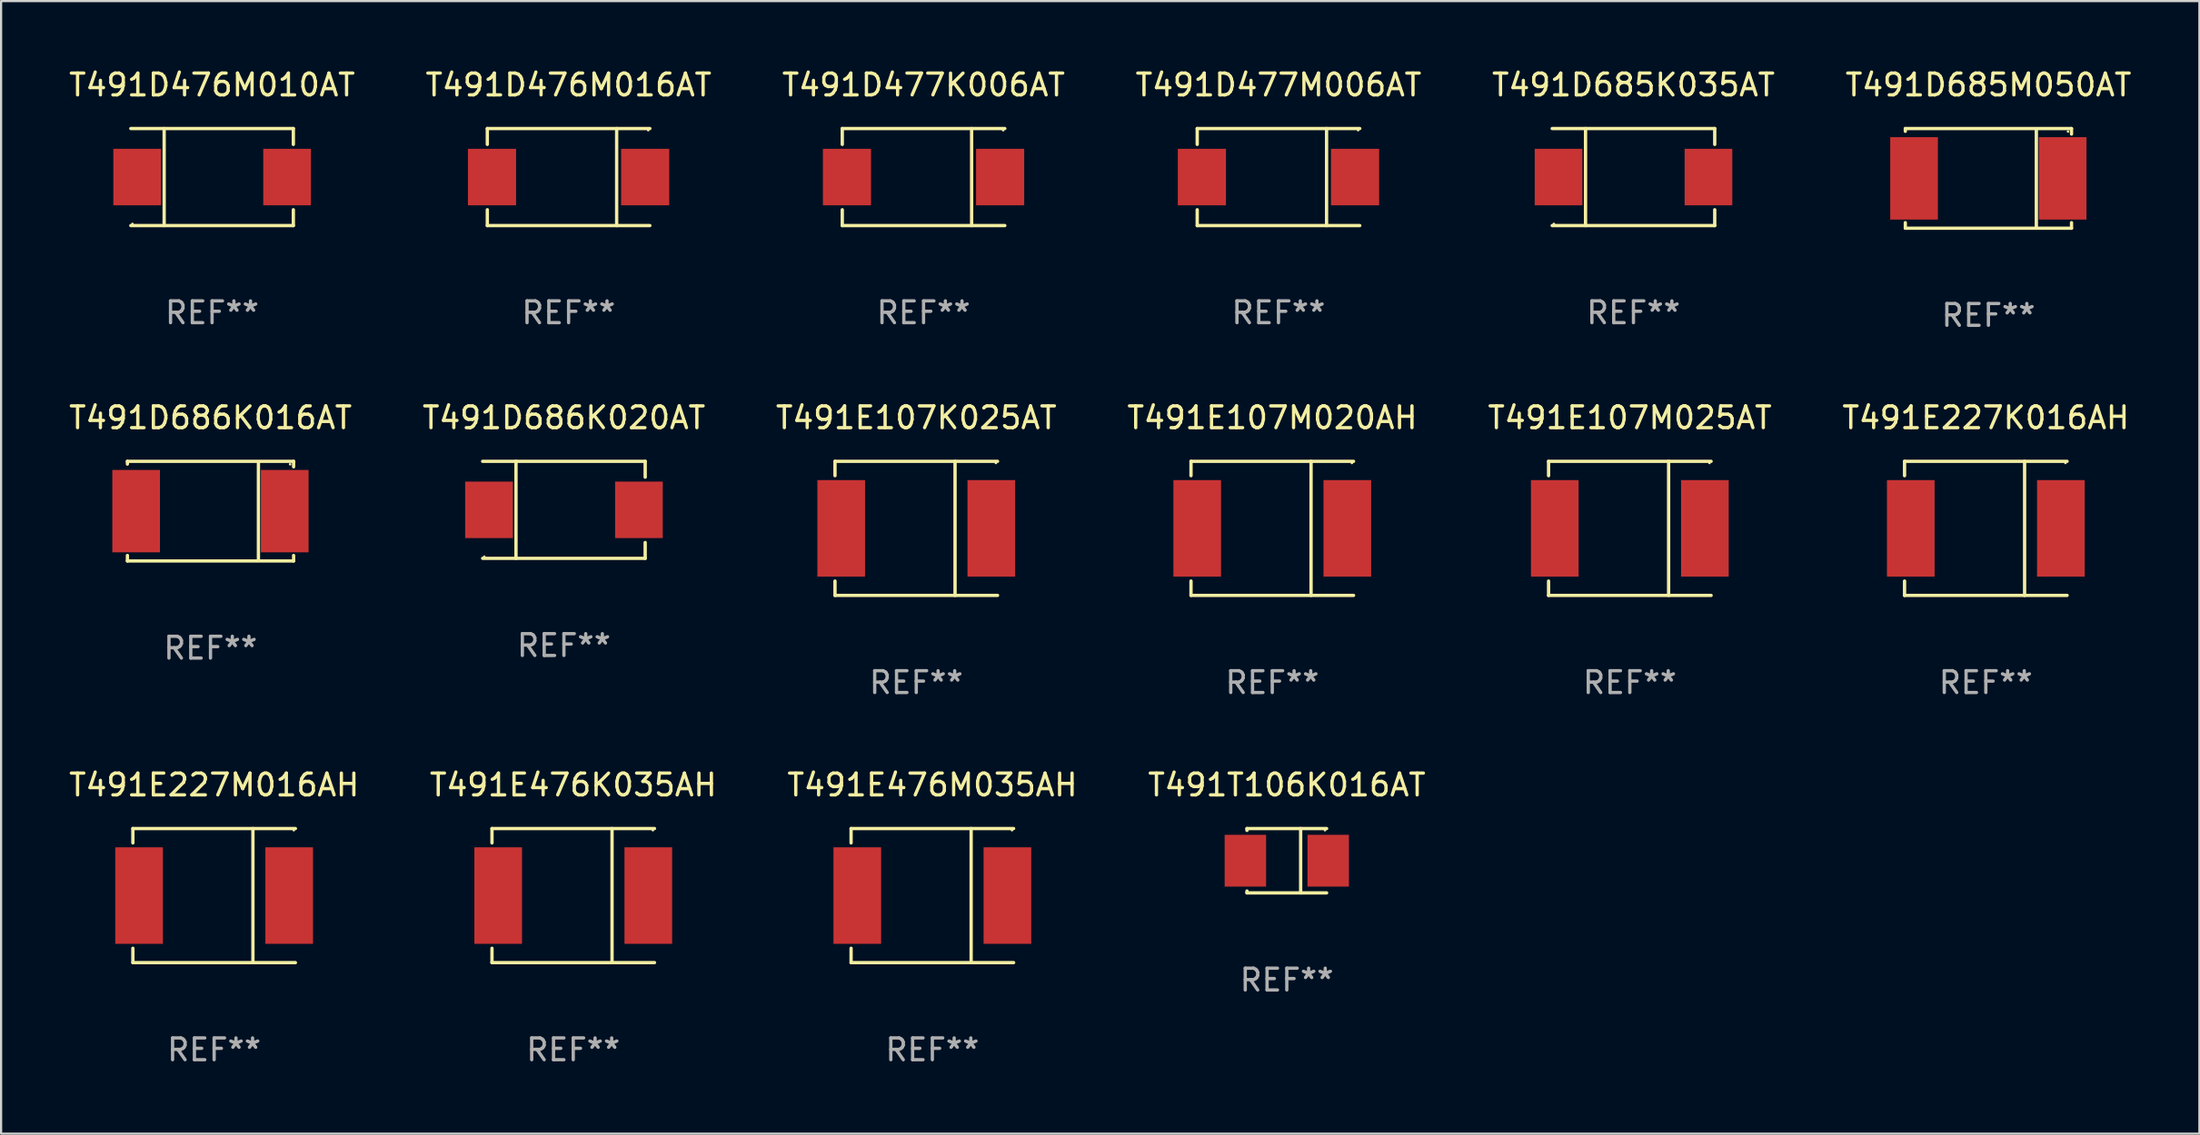
<source format=kicad_pcb>
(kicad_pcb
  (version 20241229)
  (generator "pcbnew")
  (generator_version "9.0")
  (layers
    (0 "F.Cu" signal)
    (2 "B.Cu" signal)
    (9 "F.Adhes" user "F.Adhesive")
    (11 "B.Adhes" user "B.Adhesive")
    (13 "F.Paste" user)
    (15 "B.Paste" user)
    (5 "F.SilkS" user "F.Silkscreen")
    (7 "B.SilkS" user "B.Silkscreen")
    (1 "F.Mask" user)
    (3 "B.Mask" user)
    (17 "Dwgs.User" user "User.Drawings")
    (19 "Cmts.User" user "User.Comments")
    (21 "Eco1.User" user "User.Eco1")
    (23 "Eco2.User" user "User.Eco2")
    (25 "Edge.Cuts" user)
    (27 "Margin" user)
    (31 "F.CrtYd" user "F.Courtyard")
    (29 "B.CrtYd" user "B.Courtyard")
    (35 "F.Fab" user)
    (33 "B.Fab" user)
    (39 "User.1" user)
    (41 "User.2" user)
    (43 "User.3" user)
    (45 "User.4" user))
  (footprint "T491E476M035AH"
    (layer "F.Cu")
    (at 39.696 38.042)
    (property "Reference" "T491E476M035AH" (at 0 -5.076 0) (layer "F.SilkS") (effects (font (size 1 1) (thickness 0.15))))
    (attr through_hole)
    (fp_line (start -3.726 -3.076) (end -3.726 -2.417) (stroke (width 0.152) (type solid)) (layer "F.SilkS"))
    (fp_line (start -3.726 -3.076) (end 3.726 -3.076) (stroke (width 0.152) (type solid)) (layer "F.SilkS"))
    (fp_line (start -3.726 3.076) (end -3.726 2.417) (stroke (width 0.152) (type solid)) (layer "F.SilkS"))
    (fp_line (start -3.726 3.076) (end 3.726 3.076) (stroke (width 0.152) (type solid)) (layer "F.SilkS"))
    (fp_line (start 1.778 -3.076) (end 1.778 3.076) (stroke (width 0.152) (type solid)) (layer "F.SilkS"))
    (fp_circle (center 3.65 -3) (end 3.68 -3) (stroke (width 0.06) (type solid)) (fill no) (layer "F.SilkS"))
    (fp_text user "REF**" (at 0 7.076 0) (layer "F.Fab") (effects (font (size 1 1) (thickness 0.15))))
    (pad "1" smd rect (at 3.441 0) (size 2.185 4.428) (layers "F.Cu" "F.Mask" "F.Paste"))
    (pad "2" smd rect (at -3.441 0) (size 2.185 4.428) (layers "F.Cu" "F.Mask" "F.Paste")))
  (footprint "T491D476M016AT"
    (layer "F.Cu")
    (at 23.018 5.074)
    (property "Reference" "T491D476M016AT" (at 0 -4.226 0) (layer "F.SilkS") (effects (font (size 1 1) (thickness 0.15))))
    (attr through_hole)
    (fp_line (start -3.726 -2.226) (end -3.726 -1.499) (stroke (width 0.152) (type solid)) (layer "F.SilkS"))
    (fp_line (start -3.726 -2.226) (end 3.726 -2.226) (stroke (width 0.152) (type solid)) (layer "F.SilkS"))
    (fp_line (start -3.726 2.226) (end -3.726 1.499) (stroke (width 0.152) (type solid)) (layer "F.SilkS"))
    (fp_line (start -3.726 2.226) (end 3.726 2.226) (stroke (width 0.152) (type solid)) (layer "F.SilkS"))
    (fp_line (start 2.204 -2.226) (end 2.204 2.226) (stroke (width 0.152) (type solid)) (layer "F.SilkS"))
    (fp_circle (center 3.65 -2.15) (end 3.68 -2.15) (stroke (width 0.06) (type solid)) (fill no) (layer "F.SilkS"))
    (fp_text user "REF**" (at 0 6.226 0) (layer "F.Fab") (effects (font (size 1 1) (thickness 0.15))))
    (pad "1" smd rect (at 3.511 0) (size 2.207 2.592) (layers "F.Cu" "F.Mask" "F.Paste"))
    (pad "2" smd rect (at -3.511 0) (size 2.207 2.592) (layers "F.Cu" "F.Mask" "F.Paste")))
  (footprint "T491E227M016AH"
    (layer "F.Cu")
    (at 6.768 38.042)
    (property "Reference" "T491E227M016AH" (at 0 -5.076 0) (layer "F.SilkS") (effects (font (size 1 1) (thickness 0.15))))
    (attr through_hole)
    (fp_line (start -3.726 -3.076) (end -3.726 -2.417) (stroke (width 0.152) (type solid)) (layer "F.SilkS"))
    (fp_line (start -3.726 -3.076) (end 3.726 -3.076) (stroke (width 0.152) (type solid)) (layer "F.SilkS"))
    (fp_line (start -3.726 3.076) (end -3.726 2.417) (stroke (width 0.152) (type solid)) (layer "F.SilkS"))
    (fp_line (start -3.726 3.076) (end 3.726 3.076) (stroke (width 0.152) (type solid)) (layer "F.SilkS"))
    (fp_line (start 1.778 -3.076) (end 1.778 3.076) (stroke (width 0.152) (type solid)) (layer "F.SilkS"))
    (fp_circle (center 3.65 -3) (end 3.68 -3) (stroke (width 0.06) (type solid)) (fill no) (layer "F.SilkS"))
    (fp_text user "REF**" (at 0 7.076 0) (layer "F.Fab") (effects (font (size 1 1) (thickness 0.15))))
    (pad "1" smd rect (at 3.441 0) (size 2.185 4.428) (layers "F.Cu" "F.Mask" "F.Paste"))
    (pad "2" smd rect (at -3.441 0) (size 2.185 4.428) (layers "F.Cu" "F.Mask" "F.Paste")))
  (footprint "T491E107K025AT"
    (layer "F.Cu")
    (at 38.958 21.193)
    (property "Reference" "T491E107K025AT" (at 0 -5.076 0) (layer "F.SilkS") (effects (font (size 1 1) (thickness 0.15))))
    (attr through_hole)
    (fp_line (start -3.726 -3.076) (end -3.726 -2.417) (stroke (width 0.152) (type solid)) (layer "F.SilkS"))
    (fp_line (start -3.726 -3.076) (end 3.726 -3.076) (stroke (width 0.152) (type solid)) (layer "F.SilkS"))
    (fp_line (start -3.726 3.076) (end -3.726 2.417) (stroke (width 0.152) (type solid)) (layer "F.SilkS"))
    (fp_line (start -3.726 3.076) (end 3.726 3.076) (stroke (width 0.152) (type solid)) (layer "F.SilkS"))
    (fp_line (start 1.778 -3.076) (end 1.778 3.076) (stroke (width 0.152) (type solid)) (layer "F.SilkS"))
    (fp_circle (center 3.65 -3) (end 3.68 -3) (stroke (width 0.06) (type solid)) (fill no) (layer "F.SilkS"))
    (fp_text user "REF**" (at 0 7.076 0) (layer "F.Fab") (effects (font (size 1 1) (thickness 0.15))))
    (pad "1" smd rect (at 3.441 0) (size 2.185 4.428) (layers "F.Cu" "F.Mask" "F.Paste"))
    (pad "2" smd rect (at -3.441 0) (size 2.185 4.428) (layers "F.Cu" "F.Mask" "F.Paste")))
  (footprint "T491E227K016AH"
    (layer "F.Cu")
    (at 87.994 21.193)
    (property "Reference" "T491E227K016AH" (at 0 -5.076 0) (layer "F.SilkS") (effects (font (size 1 1) (thickness 0.15))))
    (attr through_hole)
    (fp_line (start -3.726 -3.076) (end -3.726 -2.417) (stroke (width 0.152) (type solid)) (layer "F.SilkS"))
    (fp_line (start -3.726 -3.076) (end 3.726 -3.076) (stroke (width 0.152) (type solid)) (layer "F.SilkS"))
    (fp_line (start -3.726 3.076) (end -3.726 2.417) (stroke (width 0.152) (type solid)) (layer "F.SilkS"))
    (fp_line (start -3.726 3.076) (end 3.726 3.076) (stroke (width 0.152) (type solid)) (layer "F.SilkS"))
    (fp_line (start 1.778 -3.076) (end 1.778 3.076) (stroke (width 0.152) (type solid)) (layer "F.SilkS"))
    (fp_circle (center 3.65 -3) (end 3.68 -3) (stroke (width 0.06) (type solid)) (fill no) (layer "F.SilkS"))
    (fp_text user "REF**" (at 0 7.076 0) (layer "F.Fab") (effects (font (size 1 1) (thickness 0.15))))
    (pad "1" smd rect (at 3.441 0) (size 2.185 4.428) (layers "F.Cu" "F.Mask" "F.Paste"))
    (pad "2" smd rect (at -3.441 0) (size 2.185 4.428) (layers "F.Cu" "F.Mask" "F.Paste")))
  (footprint "T491D477M006AT"
    (layer "F.Cu")
    (at 55.565 5.074)
    (property "Reference" "T491D477M006AT" (at 0 -4.226 0) (layer "F.SilkS") (effects (font (size 1 1) (thickness 0.15))))
    (attr through_hole)
    (fp_line (start -3.726 -2.226) (end -3.726 -1.499) (stroke (width 0.152) (type solid)) (layer "F.SilkS"))
    (fp_line (start -3.726 -2.226) (end 3.726 -2.226) (stroke (width 0.152) (type solid)) (layer "F.SilkS"))
    (fp_line (start -3.726 2.226) (end -3.726 1.499) (stroke (width 0.152) (type solid)) (layer "F.SilkS"))
    (fp_line (start -3.726 2.226) (end 3.726 2.226) (stroke (width 0.152) (type solid)) (layer "F.SilkS"))
    (fp_line (start 2.204 -2.226) (end 2.204 2.226) (stroke (width 0.152) (type solid)) (layer "F.SilkS"))
    (fp_circle (center 3.65 -2.15) (end 3.68 -2.15) (stroke (width 0.06) (type solid)) (fill no) (layer "F.SilkS"))
    (fp_text user "REF**" (at 0 6.226 0) (layer "F.Fab") (effects (font (size 1 1) (thickness 0.15))))
    (pad "1" smd rect (at 3.511 0) (size 2.207 2.592) (layers "F.Cu" "F.Mask" "F.Paste"))
    (pad "2" smd rect (at -3.511 0) (size 2.207 2.592) (layers "F.Cu" "F.Mask" "F.Paste")))
  (footprint "T491T106K016AT"
    (layer "F.Cu")
    (at 55.946 36.442)
    (property "Reference" "T491T106K016AT" (at 0 -3.476 0) (layer "F.SilkS") (effects (font (size 1 1) (thickness 0.15))))
    (attr through_hole)
    (fp_line (start -1.826 -1.476) (end -1.826 -1.391) (stroke (width 0.152) (type solid)) (layer "F.SilkS"))
    (fp_line (start -1.826 -1.476) (end 1.826 -1.476) (stroke (width 0.152) (type solid)) (layer "F.SilkS"))
    (fp_line (start -1.826 1.476) (end -1.826 1.391) (stroke (width 0.152) (type solid)) (layer "F.SilkS"))
    (fp_line (start -1.826 1.476) (end 1.826 1.476) (stroke (width 0.152) (type solid)) (layer "F.SilkS"))
    (fp_line (start 0.635 -1.476) (end 0.635 1.476) (stroke (width 0.152) (type solid)) (layer "F.SilkS"))
    (fp_circle (center 1.75 -1.4) (end 1.78 -1.4) (stroke (width 0.06) (type solid)) (fill no) (layer "F.SilkS"))
    (fp_text user "REF**" (at 0 5.476 0) (layer "F.Fab") (effects (font (size 1 1) (thickness 0.15))))
    (pad "1" smd rect (at 1.899 0) (size 1.9 2.376) (layers "F.Cu" "F.Mask" "F.Paste"))
    (pad "2" smd rect (at -1.899 0) (size 1.9 2.376) (layers "F.Cu" "F.Mask" "F.Paste")))
  (footprint "T491D685M050AT"
    (layer "F.Cu")
    (at 88.113 5.134)
    (property "Reference" "T491D685M050AT" (at 0 -4.286 0) (layer "F.SilkS") (effects (font (size 1 1) (thickness 0.15))))
    (attr through_hole)
    (fp_line (start -3.81 -2.286) (end -3.81 -2.159) (stroke (width 0.15) (type solid)) (layer "F.SilkS"))
    (fp_line (start -3.81 2.032) (end -3.81 2.286) (stroke (width 0.15) (type solid)) (layer "F.SilkS"))
    (fp_line (start -3.81 2.286) (end 3.81 2.286) (stroke (width 0.15) (type solid)) (layer "F.SilkS"))
    (fp_line (start 2.197 -2.226) (end 2.197 2.226) (stroke (width 0.152) (type solid)) (layer "F.SilkS"))
    (fp_line (start 3.81 -2.286) (end -3.81 -2.286) (stroke (width 0.15) (type solid)) (layer "F.SilkS"))
    (fp_line (start 3.81 -2.032) (end 3.81 -2.286) (stroke (width 0.15) (type solid)) (layer "F.SilkS"))
    (fp_line (start 3.81 2.286) (end 3.81 2.032) (stroke (width 0.15) (type solid)) (layer "F.SilkS"))
    (fp_circle (center 3.65 -2.15) (end 3.68 -2.15) (stroke (width 0.06) (type solid)) (fill no) (layer "F.SilkS"))
    (fp_text user "REF**" (at 0 6.286 0) (layer "F.Fab") (effects (font (size 1 1) (thickness 0.15))))
    (pad "1" smd rect (at 3.404 0 180) (size 2.185 3.78) (layers "F.Cu" "F.Mask" "F.Paste"))
    (pad "2" smd rect (at -3.409 0 180) (size 2.185 3.78) (layers "F.Cu" "F.Mask" "F.Paste")))
  (footprint "T491D686K016AT"
    (layer "F.Cu")
    (at 6.601 20.403)
    (property "Reference" "T491D686K016AT" (at 0 -4.286 0) (layer "F.SilkS") (effects (font (size 1 1) (thickness 0.15))))
    (attr through_hole)
    (fp_line (start -3.81 -2.286) (end -3.81 -2.159) (stroke (width 0.15) (type solid)) (layer "F.SilkS"))
    (fp_line (start -3.81 2.032) (end -3.81 2.286) (stroke (width 0.15) (type solid)) (layer "F.SilkS"))
    (fp_line (start -3.81 2.286) (end 3.81 2.286) (stroke (width 0.15) (type solid)) (layer "F.SilkS"))
    (fp_line (start 2.197 -2.226) (end 2.197 2.226) (stroke (width 0.152) (type solid)) (layer "F.SilkS"))
    (fp_line (start 3.81 -2.286) (end -3.81 -2.286) (stroke (width 0.15) (type solid)) (layer "F.SilkS"))
    (fp_line (start 3.81 -2.032) (end 3.81 -2.286) (stroke (width 0.15) (type solid)) (layer "F.SilkS"))
    (fp_line (start 3.81 2.286) (end 3.81 2.032) (stroke (width 0.15) (type solid)) (layer "F.SilkS"))
    (fp_circle (center 3.65 -2.15) (end 3.68 -2.15) (stroke (width 0.06) (type solid)) (fill no) (layer "F.SilkS"))
    (fp_text user "REF**" (at 0 6.286 0) (layer "F.Fab") (effects (font (size 1 1) (thickness 0.15))))
    (pad "1" smd rect (at 3.404 0 180) (size 2.185 3.78) (layers "F.Cu" "F.Mask" "F.Paste"))
    (pad "2" smd rect (at -3.409 0 180) (size 2.185 3.78) (layers "F.Cu" "F.Mask" "F.Paste")))
  (footprint "T491E107M020AH"
    (layer "F.Cu")
    (at 55.28 21.193)
    (property "Reference" "T491E107M020AH" (at 0 -5.076 0) (layer "F.SilkS") (effects (font (size 1 1) (thickness 0.15))))
    (attr through_hole)
    (fp_line (start -3.726 -3.076) (end -3.726 -2.417) (stroke (width 0.152) (type solid)) (layer "F.SilkS"))
    (fp_line (start -3.726 -3.076) (end 3.726 -3.076) (stroke (width 0.152) (type solid)) (layer "F.SilkS"))
    (fp_line (start -3.726 3.076) (end -3.726 2.417) (stroke (width 0.152) (type solid)) (layer "F.SilkS"))
    (fp_line (start -3.726 3.076) (end 3.726 3.076) (stroke (width 0.152) (type solid)) (layer "F.SilkS"))
    (fp_line (start 1.778 -3.076) (end 1.778 3.076) (stroke (width 0.152) (type solid)) (layer "F.SilkS"))
    (fp_circle (center 3.65 -3) (end 3.68 -3) (stroke (width 0.06) (type solid)) (fill no) (layer "F.SilkS"))
    (fp_text user "REF**" (at 0 7.076 0) (layer "F.Fab") (effects (font (size 1 1) (thickness 0.15))))
    (pad "1" smd rect (at 3.441 0) (size 2.185 4.428) (layers "F.Cu" "F.Mask" "F.Paste"))
    (pad "2" smd rect (at -3.441 0) (size 2.185 4.428) (layers "F.Cu" "F.Mask" "F.Paste")))
  (footprint "T491D477K006AT"
    (layer "F.Cu")
    (at 39.292 5.074)
    (property "Reference" "T491D477K006AT" (at 0 -4.226 0) (layer "F.SilkS") (effects (font (size 1 1) (thickness 0.15))))
    (attr through_hole)
    (fp_line (start -3.726 -2.226) (end -3.726 -1.499) (stroke (width 0.152) (type solid)) (layer "F.SilkS"))
    (fp_line (start -3.726 -2.226) (end 3.726 -2.226) (stroke (width 0.152) (type solid)) (layer "F.SilkS"))
    (fp_line (start -3.726 2.226) (end -3.726 1.499) (stroke (width 0.152) (type solid)) (layer "F.SilkS"))
    (fp_line (start -3.726 2.226) (end 3.726 2.226) (stroke (width 0.152) (type solid)) (layer "F.SilkS"))
    (fp_line (start 2.204 -2.226) (end 2.204 2.226) (stroke (width 0.152) (type solid)) (layer "F.SilkS"))
    (fp_circle (center 3.65 -2.15) (end 3.68 -2.15) (stroke (width 0.06) (type solid)) (fill no) (layer "F.SilkS"))
    (fp_text user "REF**" (at 0 6.226 0) (layer "F.Fab") (effects (font (size 1 1) (thickness 0.15))))
    (pad "1" smd rect (at 3.511 0) (size 2.207 2.592) (layers "F.Cu" "F.Mask" "F.Paste"))
    (pad "2" smd rect (at -3.511 0) (size 2.207 2.592) (layers "F.Cu" "F.Mask" "F.Paste")))
  (footprint "T491E476K035AH"
    (layer "F.Cu")
    (at 23.232 38.042)
    (property "Reference" "T491E476K035AH" (at 0 -5.076 0) (layer "F.SilkS") (effects (font (size 1 1) (thickness 0.15))))
    (attr through_hole)
    (fp_line (start -3.726 -3.076) (end -3.726 -2.417) (stroke (width 0.152) (type solid)) (layer "F.SilkS"))
    (fp_line (start -3.726 -3.076) (end 3.726 -3.076) (stroke (width 0.152) (type solid)) (layer "F.SilkS"))
    (fp_line (start -3.726 3.076) (end -3.726 2.417) (stroke (width 0.152) (type solid)) (layer "F.SilkS"))
    (fp_line (start -3.726 3.076) (end 3.726 3.076) (stroke (width 0.152) (type solid)) (layer "F.SilkS"))
    (fp_line (start 1.778 -3.076) (end 1.778 3.076) (stroke (width 0.152) (type solid)) (layer "F.SilkS"))
    (fp_circle (center 3.65 -3) (end 3.68 -3) (stroke (width 0.06) (type solid)) (fill no) (layer "F.SilkS"))
    (fp_text user "REF**" (at 0 7.076 0) (layer "F.Fab") (effects (font (size 1 1) (thickness 0.15))))
    (pad "1" smd rect (at 3.441 0) (size 2.185 4.428) (layers "F.Cu" "F.Mask" "F.Paste"))
    (pad "2" smd rect (at -3.441 0) (size 2.185 4.428) (layers "F.Cu" "F.Mask" "F.Paste")))
  (footprint "T491D476M010AT"
    (layer "F.Cu")
    (at 6.673 5.074)
    (property "Reference" "T491D476M010AT" (at 0 -4.226 0) (layer "F.SilkS") (effects (font (size 1 1) (thickness 0.15))))
    (attr through_hole)
    (fp_line (start -3.726 -2.226) (end 3.726 -2.226) (stroke (width 0.152) (type solid)) (layer "F.SilkS"))
    (fp_line (start -3.726 2.226) (end 3.726 2.226) (stroke (width 0.152) (type solid)) (layer "F.SilkS"))
    (fp_line (start -2.197 -2.226) (end -2.197 2.226) (stroke (width 0.152) (type solid)) (layer "F.SilkS"))
    (fp_line (start 3.726 -2.226) (end 3.726 -1.499) (stroke (width 0.152) (type solid)) (layer "F.SilkS"))
    (fp_line (start 3.726 2.226) (end 3.726 1.499) (stroke (width 0.152) (type solid)) (layer "F.SilkS"))
    (fp_circle (center -3.65 2.15) (end -3.62 2.15) (stroke (width 0.06) (type solid)) (fill no) (layer "F.SilkS"))
    (fp_text user "REF**" (at 0 6.226 0) (layer "F.Fab") (effects (font (size 1 1) (thickness 0.15))))
    (pad "1" smd rect (at -3.434 0 180) (size 2.185 2.592) (layers "F.Cu" "F.Mask" "F.Paste"))
    (pad "2" smd rect (at 3.439 0 180) (size 2.185 2.592) (layers "F.Cu" "F.Mask" "F.Paste")))
  (footprint "T491D685K035AT"
    (layer "F.Cu")
    (at 71.839 5.074)
    (property "Reference" "T491D685K035AT" (at 0 -4.226 0) (layer "F.SilkS") (effects (font (size 1 1) (thickness 0.15))))
    (attr through_hole)
    (fp_line (start -3.726 -2.226) (end 3.726 -2.226) (stroke (width 0.152) (type solid)) (layer "F.SilkS"))
    (fp_line (start -3.726 2.226) (end 3.726 2.226) (stroke (width 0.152) (type solid)) (layer "F.SilkS"))
    (fp_line (start -2.197 -2.226) (end -2.197 2.226) (stroke (width 0.152) (type solid)) (layer "F.SilkS"))
    (fp_line (start 3.726 -2.226) (end 3.726 -1.499) (stroke (width 0.152) (type solid)) (layer "F.SilkS"))
    (fp_line (start 3.726 2.226) (end 3.726 1.499) (stroke (width 0.152) (type solid)) (layer "F.SilkS"))
    (fp_circle (center -3.65 2.15) (end -3.62 2.15) (stroke (width 0.06) (type solid)) (fill no) (layer "F.SilkS"))
    (fp_text user "REF**" (at 0 6.226 0) (layer "F.Fab") (effects (font (size 1 1) (thickness 0.15))))
    (pad "1" smd rect (at -3.434 0 180) (size 2.185 2.592) (layers "F.Cu" "F.Mask" "F.Paste"))
    (pad "2" smd rect (at 3.439 0 180) (size 2.185 2.592) (layers "F.Cu" "F.Mask" "F.Paste")))
  (footprint "T491E107M025AT"
    (layer "F.Cu")
    (at 71.673 21.193)
    (property "Reference" "T491E107M025AT" (at 0 -5.076 0) (layer "F.SilkS") (effects (font (size 1 1) (thickness 0.15))))
    (attr through_hole)
    (fp_line (start -3.726 -3.076) (end -3.726 -2.417) (stroke (width 0.152) (type solid)) (layer "F.SilkS"))
    (fp_line (start -3.726 -3.076) (end 3.726 -3.076) (stroke (width 0.152) (type solid)) (layer "F.SilkS"))
    (fp_line (start -3.726 3.076) (end -3.726 2.417) (stroke (width 0.152) (type solid)) (layer "F.SilkS"))
    (fp_line (start -3.726 3.076) (end 3.726 3.076) (stroke (width 0.152) (type solid)) (layer "F.SilkS"))
    (fp_line (start 1.778 -3.076) (end 1.778 3.076) (stroke (width 0.152) (type solid)) (layer "F.SilkS"))
    (fp_circle (center 3.65 -3) (end 3.68 -3) (stroke (width 0.06) (type solid)) (fill no) (layer "F.SilkS"))
    (fp_text user "REF**" (at 0 7.076 0) (layer "F.Fab") (effects (font (size 1 1) (thickness 0.15))))
    (pad "1" smd rect (at 3.441 0) (size 2.185 4.428) (layers "F.Cu" "F.Mask" "F.Paste"))
    (pad "2" smd rect (at -3.441 0) (size 2.185 4.428) (layers "F.Cu" "F.Mask" "F.Paste")))
  (footprint "T491D686K020AT"
    (layer "F.Cu")
    (at 22.804 20.343)
    (property "Reference" "T491D686K020AT" (at 0 -4.226 0) (layer "F.SilkS") (effects (font (size 1 1) (thickness 0.15))))
    (attr through_hole)
    (fp_line (start -3.726 -2.226) (end 3.726 -2.226) (stroke (width 0.152) (type solid)) (layer "F.SilkS"))
    (fp_line (start -3.726 2.226) (end 3.726 2.226) (stroke (width 0.152) (type solid)) (layer "F.SilkS"))
    (fp_line (start -2.197 -2.226) (end -2.197 2.226) (stroke (width 0.152) (type solid)) (layer "F.SilkS"))
    (fp_line (start 3.726 -2.226) (end 3.726 -1.499) (stroke (width 0.152) (type solid)) (layer "F.SilkS"))
    (fp_line (start 3.726 2.226) (end 3.726 1.499) (stroke (width 0.152) (type solid)) (layer "F.SilkS"))
    (fp_circle (center -3.65 2.15) (end -3.62 2.15) (stroke (width 0.06) (type solid)) (fill no) (layer "F.SilkS"))
    (fp_text user "REF**" (at 0 6.226 0) (layer "F.Fab") (effects (font (size 1 1) (thickness 0.15))))
    (pad "1" smd rect (at -3.434 0 180) (size 2.185 2.592) (layers "F.Cu" "F.Mask" "F.Paste"))
    (pad "2" smd rect (at 3.439 0 180) (size 2.185 2.592) (layers "F.Cu" "F.Mask" "F.Paste")))
  (gr_rect
    (start -3 -3)
    (end 97.786 48.966)
    (stroke (width 0.1) (type default))
    (fill no)
    (layer "Edge.Cuts")))
</source>
